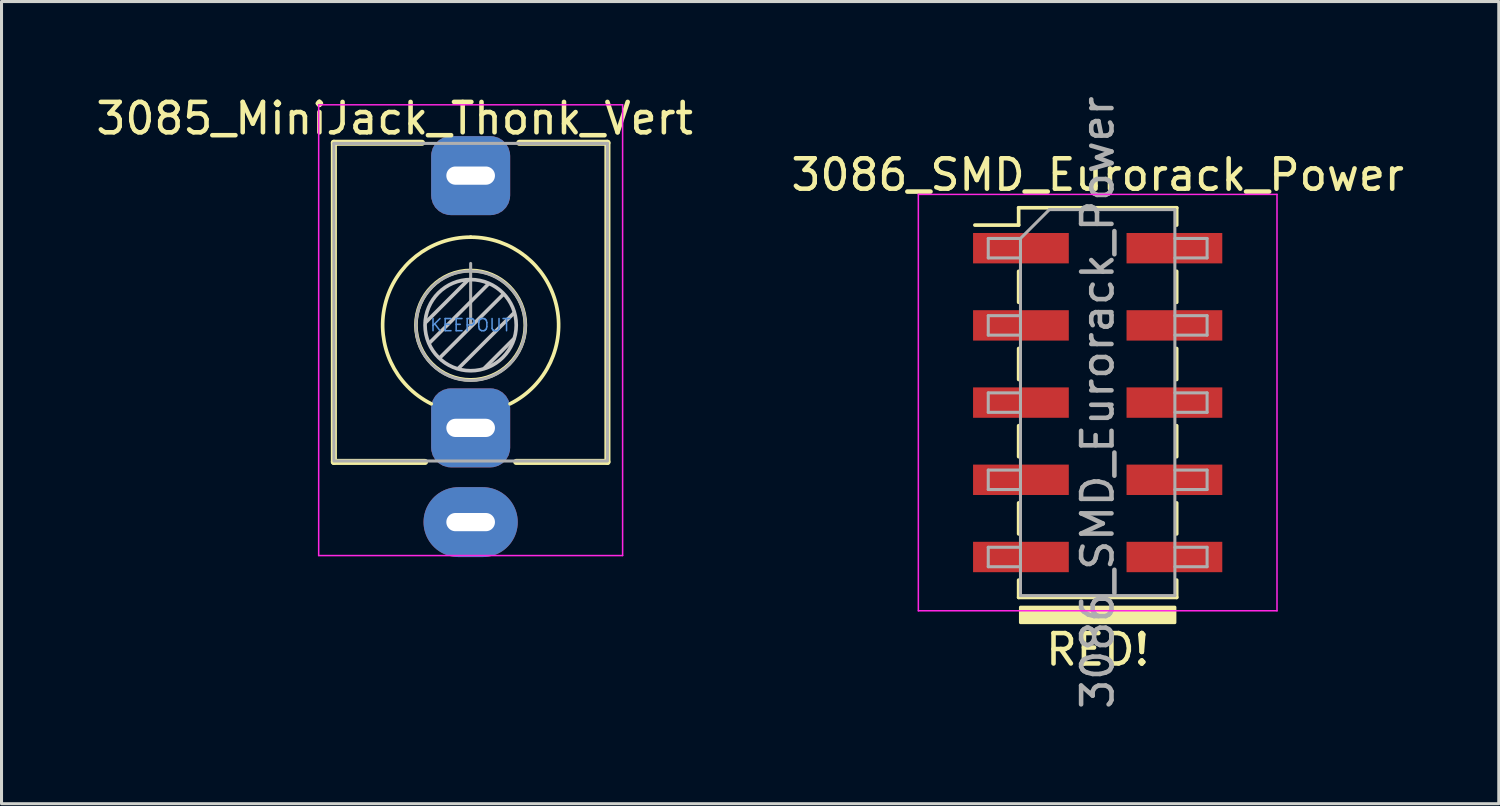
<source format=kicad_pcb>
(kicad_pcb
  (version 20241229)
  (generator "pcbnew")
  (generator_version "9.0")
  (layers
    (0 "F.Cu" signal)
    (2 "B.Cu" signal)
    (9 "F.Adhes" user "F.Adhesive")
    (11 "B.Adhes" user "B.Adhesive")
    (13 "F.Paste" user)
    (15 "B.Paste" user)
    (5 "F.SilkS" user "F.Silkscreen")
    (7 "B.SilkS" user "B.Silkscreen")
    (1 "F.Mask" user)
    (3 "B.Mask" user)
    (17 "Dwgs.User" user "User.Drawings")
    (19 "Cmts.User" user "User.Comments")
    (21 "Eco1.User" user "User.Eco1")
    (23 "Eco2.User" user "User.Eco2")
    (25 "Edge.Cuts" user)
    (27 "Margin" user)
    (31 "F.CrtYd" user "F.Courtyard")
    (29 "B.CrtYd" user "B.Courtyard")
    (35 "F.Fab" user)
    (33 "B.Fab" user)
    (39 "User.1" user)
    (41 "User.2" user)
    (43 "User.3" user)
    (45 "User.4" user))
  (footprint "3085_MiniJack_Thonk_Vert"
    (layer "F.Cu")
    (at 12.435 7.648)
    (property "Reference" "3085_MiniJack_Thonk_Vert" (at -2.5 -6.8 0) (layer "F.SilkS") (effects (font (size 1 1) (thickness 0.15))))
    (attr through_hole)
    (fp_line (start -4.5 -6) (end -1.6 -6) (stroke (width 0.2) (type solid)) (layer "F.SilkS"))
    (fp_line (start -4.5 4.5) (end -4.5 -6) (stroke (width 0.2) (type solid)) (layer "F.SilkS"))
    (fp_line (start -4.5 4.5) (end -1.5 4.5) (stroke (width 0.2) (type solid)) (layer "F.SilkS"))
    (fp_line (start 1.5 4.5) (end 4.5 4.5) (stroke (width 0.2) (type solid)) (layer "F.SilkS"))
    (fp_line (start 1.6 -6) (end 4.5 -6) (stroke (width 0.2) (type solid)) (layer "F.SilkS"))
    (fp_line (start 4.5 4.5) (end 4.5 -6) (stroke (width 0.2) (type solid)) (layer "F.SilkS"))
    (fp_arc (start -1.296263 2.588577) (mid -2.817353 -0.665994) (end 0 -2.895) (stroke (width 0.12) (type solid)) (layer "F.SilkS"))
    (fp_arc (start 0 -2.895) (mid 2.817353 -0.665994) (end 1.296263 2.588577) (stroke (width 0.12) (type solid)) (layer "F.SilkS"))
    (fp_circle (center 0 0) (end -1.8 0) (stroke (width 0.12) (type solid)) (fill no) (layer "F.SilkS"))
    (fp_line (start -0.09 -1.48) (end -1.48 -0.09) (stroke (width 0.12) (type solid)) (layer "Dwgs.User"))
    (fp_line (start 0.58 -1.35) (end -1.36 0.59) (stroke (width 0.12) (type solid)) (layer "Dwgs.User"))
    (fp_line (start 1.07 -1.01) (end -1.01 1.07) (stroke (width 0.12) (type solid)) (layer "Dwgs.User"))
    (fp_line (start 1.41 0.46) (end 0.46 1.41) (stroke (width 0.12) (type solid)) (layer "Dwgs.User"))
    (fp_line (start 1.42 -0.395) (end -0.4 1.42) (stroke (width 0.12) (type solid)) (layer "Dwgs.User"))
    (fp_circle (center 0 0) (end -1.5 0) (stroke (width 0.12) (type solid)) (fill no) (layer "Dwgs.User"))
    (fp_line (start -5 -7.25) (end -5 7.58) (stroke (width 0.05) (type solid)) (layer "F.CrtYd"))
    (fp_line (start -5 -7.25) (end 5 -7.25) (stroke (width 0.05) (type solid)) (layer "F.CrtYd"))
    (fp_line (start -5 7.58) (end 5 7.58) (stroke (width 0.05) (type solid)) (layer "F.CrtYd"))
    (fp_line (start 5 -7.25) (end 5 7.58) (stroke (width 0.05) (type solid)) (layer "F.CrtYd"))
    (fp_line (start -4.5 -5.98) (end -4.5 4.42) (stroke (width 0.1) (type solid)) (layer "F.Fab"))
    (fp_line (start -4.5 -5.98) (end 4.5 -5.98) (stroke (width 0.1) (type solid)) (layer "F.Fab"))
    (fp_line (start -4.5 4.47) (end 4.5 4.47) (stroke (width 0.1) (type solid)) (layer "F.Fab"))
    (fp_line (start 0 0) (end 0 -2.03) (stroke (width 0.1) (type solid)) (layer "F.Fab"))
    (fp_line (start 4.5 -5.98) (end 4.5 4.42) (stroke (width 0.1) (type solid)) (layer "F.Fab"))
    (fp_circle (center 0 0.02) (end -1.8 0.02) (stroke (width 0.1) (type solid)) (fill no) (layer "F.Fab"))
    (fp_text user "KEEPOUT" (at 0 0 180) (layer "Cmts.User") (effects (font (size 0.4 0.4) (thickness 0.051))))
    (pad "S" thru_hole oval (at 0 6.48) (size 3.1 2.3) (drill oval 1.6 0.6) (layers "*.Cu" "*.Mask"))
    (pad "T" thru_hole roundrect (at 0 -4.92) (size 2.6 2.6) (drill oval 1.6 0.6) (layers "*.Cu" "*.Mask") (roundrect_rratio 0.25))
    (pad "TN" thru_hole roundrect (at 0 3.38) (size 2.6 2.6) (drill oval 1.6 0.6) (layers "*.Cu" "*.Mask") (roundrect_rratio 0.25)))
  (footprint "3086_SMD_Eurorack_Power"
    (layer "F.Cu")
    (at 33.065 10.196)
    (property "Reference" "3086_SMD_Eurorack_Power" (at 0 -7.493 0) (layer "F.SilkS") (effects (font (size 1 1) (thickness 0.15))))
    (attr smd)
    (fp_line (start -4.04 -5.84) (end -2.6 -5.84) (stroke (width 0.12) (type solid)) (layer "F.SilkS"))
    (fp_line (start -2.6 -6.41) (end -2.6 -5.84) (stroke (width 0.12) (type solid)) (layer "F.SilkS"))
    (fp_line (start -2.6 -6.41) (end 2.6 -6.41) (stroke (width 0.12) (type solid)) (layer "F.SilkS"))
    (fp_line (start -2.6 -4.32) (end -2.6 -3.3) (stroke (width 0.12) (type solid)) (layer "F.SilkS"))
    (fp_line (start -2.6 -1.78) (end -2.6 -0.76) (stroke (width 0.12) (type solid)) (layer "F.SilkS"))
    (fp_line (start -2.6 0.76) (end -2.6 1.78) (stroke (width 0.12) (type solid)) (layer "F.SilkS"))
    (fp_line (start -2.6 3.3) (end -2.6 4.32) (stroke (width 0.12) (type solid)) (layer "F.SilkS"))
    (fp_line (start -2.6 5.84) (end -2.6 6.41) (stroke (width 0.12) (type solid)) (layer "F.SilkS"))
    (fp_line (start -2.6 6.41) (end 2.6 6.41) (stroke (width 0.12) (type solid)) (layer "F.SilkS"))
    (fp_line (start 2.6 -6.41) (end 2.6 -5.84) (stroke (width 0.12) (type solid)) (layer "F.SilkS"))
    (fp_line (start 2.6 -4.32) (end 2.6 -3.3) (stroke (width 0.12) (type solid)) (layer "F.SilkS"))
    (fp_line (start 2.6 -1.78) (end 2.6 -0.76) (stroke (width 0.12) (type solid)) (layer "F.SilkS"))
    (fp_line (start 2.6 0.76) (end 2.6 1.78) (stroke (width 0.12) (type solid)) (layer "F.SilkS"))
    (fp_line (start 2.6 3.3) (end 2.6 4.32) (stroke (width 0.12) (type solid)) (layer "F.SilkS"))
    (fp_line (start 2.6 5.84) (end 2.6 6.41) (stroke (width 0.12) (type solid)) (layer "F.SilkS"))
    (fp_poly (pts (xy 2.54 7.239) (xy -2.54 7.239) (xy -2.54 6.731) (xy 2.54 6.731)) (stroke (width 0.1) (type solid)) (fill yes) (layer "F.SilkS"))
    (fp_line (start -5.9 -6.85) (end -5.9 6.85) (stroke (width 0.05) (type solid)) (layer "F.CrtYd"))
    (fp_line (start -5.9 6.85) (end 5.9 6.85) (stroke (width 0.05) (type solid)) (layer "F.CrtYd"))
    (fp_line (start 5.9 -6.85) (end -5.9 -6.85) (stroke (width 0.05) (type solid)) (layer "F.CrtYd"))
    (fp_line (start 5.9 6.85) (end 5.9 -6.85) (stroke (width 0.05) (type solid)) (layer "F.CrtYd"))
    (fp_line (start -3.6 -5.4) (end -3.6 -4.76) (stroke (width 0.1) (type solid)) (layer "F.Fab"))
    (fp_line (start -3.6 -4.76) (end -2.54 -4.76) (stroke (width 0.1) (type solid)) (layer "F.Fab"))
    (fp_line (start -3.6 -2.86) (end -3.6 -2.22) (stroke (width 0.1) (type solid)) (layer "F.Fab"))
    (fp_line (start -3.6 -2.22) (end -2.54 -2.22) (stroke (width 0.1) (type solid)) (layer "F.Fab"))
    (fp_line (start -3.6 -0.32) (end -3.6 0.32) (stroke (width 0.1) (type solid)) (layer "F.Fab"))
    (fp_line (start -3.6 0.32) (end -2.54 0.32) (stroke (width 0.1) (type solid)) (layer "F.Fab"))
    (fp_line (start -3.6 2.22) (end -3.6 2.86) (stroke (width 0.1) (type solid)) (layer "F.Fab"))
    (fp_line (start -3.6 2.86) (end -2.54 2.86) (stroke (width 0.1) (type solid)) (layer "F.Fab"))
    (fp_line (start -3.6 4.76) (end -3.6 5.4) (stroke (width 0.1) (type solid)) (layer "F.Fab"))
    (fp_line (start -3.6 5.4) (end -2.54 5.4) (stroke (width 0.1) (type solid)) (layer "F.Fab"))
    (fp_line (start -2.54 -5.4) (end -3.6 -5.4) (stroke (width 0.1) (type solid)) (layer "F.Fab"))
    (fp_line (start -2.54 -5.4) (end -1.59 -6.35) (stroke (width 0.1) (type solid)) (layer "F.Fab"))
    (fp_line (start -2.54 -2.86) (end -3.6 -2.86) (stroke (width 0.1) (type solid)) (layer "F.Fab"))
    (fp_line (start -2.54 -0.32) (end -3.6 -0.32) (stroke (width 0.1) (type solid)) (layer "F.Fab"))
    (fp_line (start -2.54 2.22) (end -3.6 2.22) (stroke (width 0.1) (type solid)) (layer "F.Fab"))
    (fp_line (start -2.54 4.76) (end -3.6 4.76) (stroke (width 0.1) (type solid)) (layer "F.Fab"))
    (fp_line (start -2.54 6.35) (end -2.54 -5.4) (stroke (width 0.1) (type solid)) (layer "F.Fab"))
    (fp_line (start -1.59 -6.35) (end 2.54 -6.35) (stroke (width 0.1) (type solid)) (layer "F.Fab"))
    (fp_line (start 2.54 -6.35) (end 2.54 6.35) (stroke (width 0.1) (type solid)) (layer "F.Fab"))
    (fp_line (start 2.54 -5.4) (end 3.6 -5.4) (stroke (width 0.1) (type solid)) (layer "F.Fab"))
    (fp_line (start 2.54 -2.86) (end 3.6 -2.86) (stroke (width 0.1) (type solid)) (layer "F.Fab"))
    (fp_line (start 2.54 -0.32) (end 3.6 -0.32) (stroke (width 0.1) (type solid)) (layer "F.Fab"))
    (fp_line (start 2.54 2.22) (end 3.6 2.22) (stroke (width 0.1) (type solid)) (layer "F.Fab"))
    (fp_line (start 2.54 4.76) (end 3.6 4.76) (stroke (width 0.1) (type solid)) (layer "F.Fab"))
    (fp_line (start 2.54 6.35) (end -2.54 6.35) (stroke (width 0.1) (type solid)) (layer "F.Fab"))
    (fp_line (start 3.6 -5.4) (end 3.6 -4.76) (stroke (width 0.1) (type solid)) (layer "F.Fab"))
    (fp_line (start 3.6 -4.76) (end 2.54 -4.76) (stroke (width 0.1) (type solid)) (layer "F.Fab"))
    (fp_line (start 3.6 -2.86) (end 3.6 -2.22) (stroke (width 0.1) (type solid)) (layer "F.Fab"))
    (fp_line (start 3.6 -2.22) (end 2.54 -2.22) (stroke (width 0.1) (type solid)) (layer "F.Fab"))
    (fp_line (start 3.6 -0.32) (end 3.6 0.32) (stroke (width 0.1) (type solid)) (layer "F.Fab"))
    (fp_line (start 3.6 0.32) (end 2.54 0.32) (stroke (width 0.1) (type solid)) (layer "F.Fab"))
    (fp_line (start 3.6 2.22) (end 3.6 2.86) (stroke (width 0.1) (type solid)) (layer "F.Fab"))
    (fp_line (start 3.6 2.86) (end 2.54 2.86) (stroke (width 0.1) (type solid)) (layer "F.Fab"))
    (fp_line (start 3.6 4.76) (end 3.6 5.4) (stroke (width 0.1) (type solid)) (layer "F.Fab"))
    (fp_line (start 3.6 5.4) (end 2.54 5.4) (stroke (width 0.1) (type solid)) (layer "F.Fab"))
    (fp_text user " " (at 0 -7.41 0) (layer "F.SilkS") (effects (font (size 1 1) (thickness 0.15))))
    (fp_text user "RED!" (at 0 8.128 0) (layer "F.SilkS") (effects (font (size 1 1) (thickness 0.15))))
    (fp_text user "${REFERENCE}" (at 0 0 90) (layer "F.Fab") (effects (font (size 1 1) (thickness 0.15))))
    (pad "1" smd rect (at -2.525 -5.08) (size 3.15 1) (layers "F.Cu" "F.Mask" "F.Paste"))
    (pad "2" smd rect (at 2.525 -5.08) (size 3.15 1) (layers "F.Cu" "F.Mask" "F.Paste"))
    (pad "3" smd rect (at -2.525 -2.54) (size 3.15 1) (layers "F.Cu" "F.Mask" "F.Paste"))
    (pad "4" smd rect (at 2.525 -2.54) (size 3.15 1) (layers "F.Cu" "F.Mask" "F.Paste"))
    (pad "5" smd rect (at -2.525 0) (size 3.15 1) (layers "F.Cu" "F.Mask" "F.Paste"))
    (pad "6" smd rect (at 2.525 0) (size 3.15 1) (layers "F.Cu" "F.Mask" "F.Paste"))
    (pad "7" smd rect (at -2.525 2.54) (size 3.15 1) (layers "F.Cu" "F.Mask" "F.Paste"))
    (pad "8" smd rect (at 2.525 2.54) (size 3.15 1) (layers "F.Cu" "F.Mask" "F.Paste"))
    (pad "9" smd rect (at -2.525 5.08) (size 3.15 1) (layers "F.Cu" "F.Mask" "F.Paste"))
    (pad "10" smd rect (at 2.525 5.08) (size 3.15 1) (layers "F.Cu" "F.Mask" "F.Paste")))
  (gr_rect
    (start -3 -3)
    (end 46.262 23.393)
    (stroke (width 0.1) (type default))
    (fill no)
    (layer "Edge.Cuts")))
</source>
